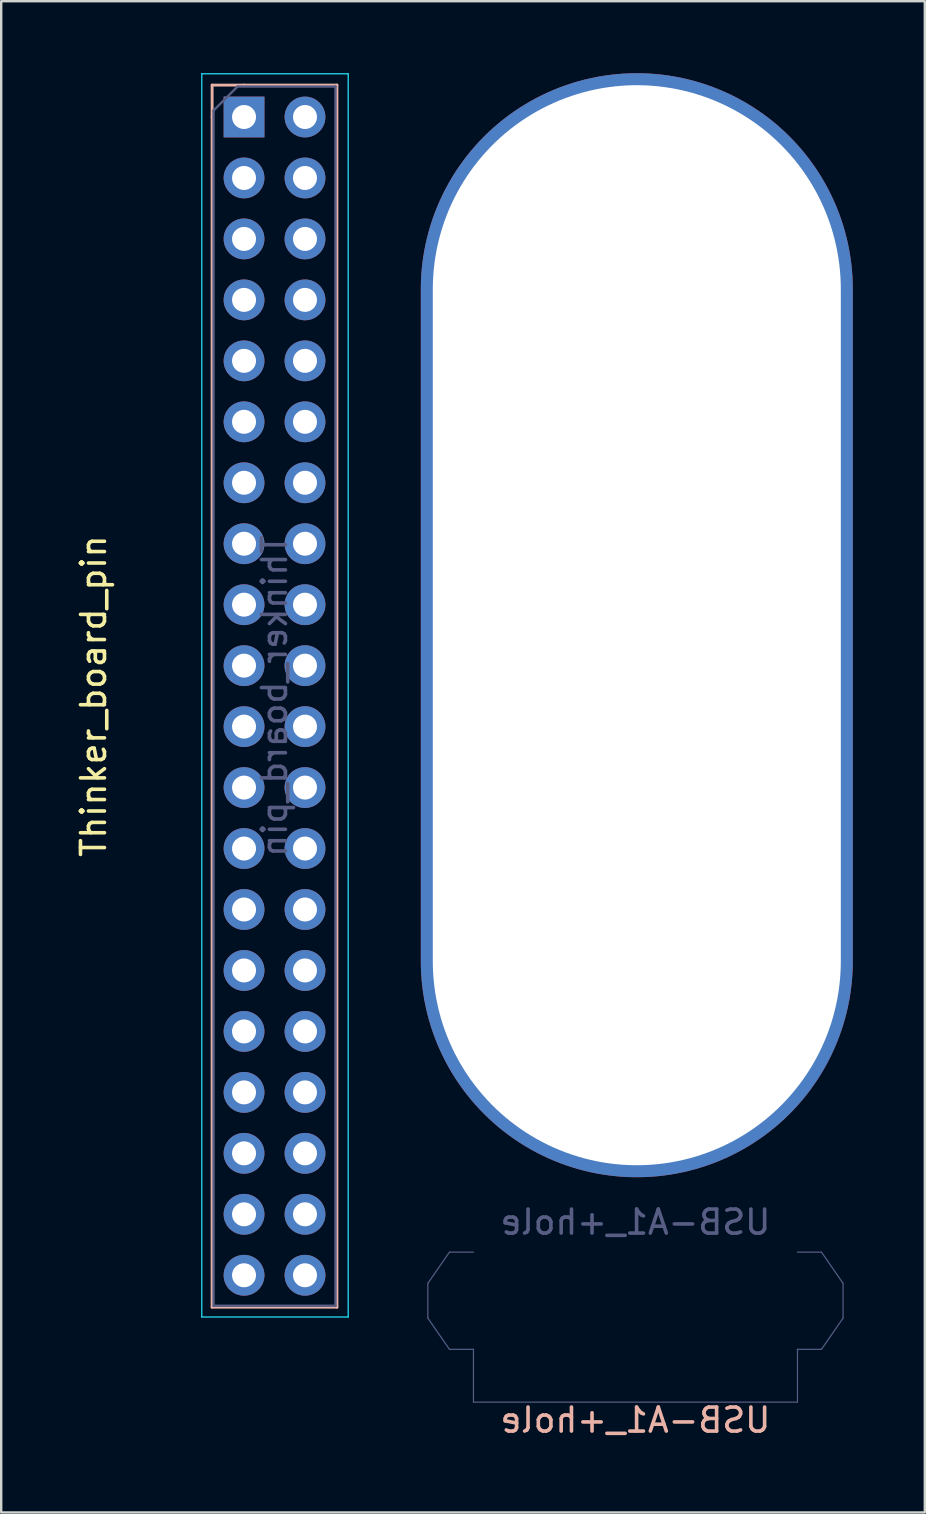
<source format=kicad_pcb>
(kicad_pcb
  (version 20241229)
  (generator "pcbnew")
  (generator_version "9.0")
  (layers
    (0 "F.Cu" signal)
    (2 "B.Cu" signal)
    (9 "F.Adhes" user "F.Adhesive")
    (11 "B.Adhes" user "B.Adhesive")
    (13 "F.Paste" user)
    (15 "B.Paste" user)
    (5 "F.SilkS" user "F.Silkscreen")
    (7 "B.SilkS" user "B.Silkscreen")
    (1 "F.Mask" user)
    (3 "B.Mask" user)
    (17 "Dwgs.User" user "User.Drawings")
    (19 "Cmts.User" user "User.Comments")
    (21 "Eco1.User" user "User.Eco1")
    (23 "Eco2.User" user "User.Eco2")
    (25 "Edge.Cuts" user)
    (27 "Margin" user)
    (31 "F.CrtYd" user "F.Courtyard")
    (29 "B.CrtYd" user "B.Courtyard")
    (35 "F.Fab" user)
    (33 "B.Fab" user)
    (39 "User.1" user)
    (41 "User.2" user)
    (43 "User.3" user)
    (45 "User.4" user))
  (footprint "USB-A1_+hole"
    (layer "F.Cu")
    (at 19.927 39.129)
    (property "Reference" "USB-A1_+hole" (at 3.5 16.992 0) (layer "B.SilkS") (effects (font (size 1 1) (thickness 0.15)) (justify mirror)))
    (attr through_hole)
    (fp_line (start -3.75 -12.99) (end 10.75 -12.99) (stroke (width 0.12) (type solid)) (layer "B.SilkS"))
    (fp_line (start -3.75 -12.49) (end -3.75 -12.99) (stroke (width 0.12) (type solid)) (layer "B.SilkS"))
    (fp_line (start -2.75 -12.49) (end -3.75 -12.49) (stroke (width 0.12) (type solid)) (layer "B.SilkS"))
    (fp_line (start -2.75 -4.49) (end -2.75 -12.49) (stroke (width 0.12) (type solid)) (layer "B.SilkS"))
    (fp_line (start -2.75 1.01) (end -2.75 -0.99) (stroke (width 0.12) (type solid)) (layer "B.SilkS"))
    (fp_line (start -0.5 1.26) (end 0.5 1.26) (stroke (width 0.12) (type solid)) (layer "B.SilkS"))
    (fp_line (start 9.75 -12.49) (end 9.75 -4.49) (stroke (width 0.12) (type solid)) (layer "B.SilkS"))
    (fp_line (start 9.75 -0.99) (end 9.75 1.01) (stroke (width 0.12) (type solid)) (layer "B.SilkS"))
    (fp_line (start 9.75 1.01) (end -2.75 1.01) (stroke (width 0.12) (type solid)) (layer "B.SilkS"))
    (fp_line (start 10.75 -12.99) (end 10.75 -12.49) (stroke (width 0.12) (type solid)) (layer "B.SilkS"))
    (fp_line (start 10.75 -12.49) (end 9.75 -12.49) (stroke (width 0.12) (type solid)) (layer "B.SilkS"))
    (fp_line (start -5.15 11.292) (end -5.15 12.742) (stroke (width 0.05) (type solid)) (layer "B.Fab"))
    (fp_line (start -5.15 11.292) (end -4.25 9.992) (stroke (width 0.05) (type solid)) (layer "B.Fab"))
    (fp_line (start -5.15 12.742) (end -4.25 14.042) (stroke (width 0.05) (type solid)) (layer "B.Fab"))
    (fp_line (start -4.25 -13.49) (end 11.25 -13.49) (stroke (width 0.05) (type solid)) (layer "B.Fab"))
    (fp_line (start -4.25 -11.99) (end -4.25 -13.49) (stroke (width 0.05) (type solid)) (layer "B.Fab"))
    (fp_line (start -3.75 -12.99) (end -3.75 -12.49) (stroke (width 0.1) (type solid)) (layer "B.Fab"))
    (fp_line (start -3.75 -12.99) (end 10.75 -12.99) (stroke (width 0.1) (type solid)) (layer "B.Fab"))
    (fp_line (start -3.75 -12.49) (end -2.75 -12.49) (stroke (width 0.1) (type solid)) (layer "B.Fab"))
    (fp_line (start -3.25 -11.99) (end -4.25 -11.99) (stroke (width 0.05) (type solid)) (layer "B.Fab"))
    (fp_line (start -3.25 -4.74) (end -3.25 -11.99) (stroke (width 0.05) (type solid)) (layer "B.Fab"))
    (fp_line (start -3.25 9.992) (end -4.25 9.992) (stroke (width 0.05) (type solid)) (layer "B.Fab"))
    (fp_line (start -3.25 14.042) (end -4.25 14.042) (stroke (width 0.05) (type solid)) (layer "B.Fab"))
    (fp_line (start -3.25 14.042) (end -3.25 16.242) (stroke (width 0.05) (type solid)) (layer "B.Fab"))
    (fp_line (start -2.75 -12.49) (end -2.75 1.01) (stroke (width 0.1) (type solid)) (layer "B.Fab"))
    (fp_line (start -2.75 1.01) (end 9.75 1.01) (stroke (width 0.1) (type solid)) (layer "B.Fab"))
    (fp_line (start -0.25 1.01) (end 0 0.76) (stroke (width 0.1) (type solid)) (layer "B.Fab"))
    (fp_line (start 0 0.76) (end 0.25 1.01) (stroke (width 0.1) (type solid)) (layer "B.Fab"))
    (fp_line (start 9.75 -12.49) (end 9.75 1.01) (stroke (width 0.1) (type solid)) (layer "B.Fab"))
    (fp_line (start 9.75 -12.49) (end 10.75 -12.49) (stroke (width 0.1) (type solid)) (layer "B.Fab"))
    (fp_line (start 10.25 -11.99) (end 10.25 -4.74) (stroke (width 0.05) (type solid)) (layer "B.Fab"))
    (fp_line (start 10.25 9.992) (end 11.25 9.992) (stroke (width 0.05) (type solid)) (layer "B.Fab"))
    (fp_line (start 10.25 14.042) (end 10.25 16.242) (stroke (width 0.05) (type solid)) (layer "B.Fab"))
    (fp_line (start 10.25 14.042) (end 11.25 14.042) (stroke (width 0.05) (type solid)) (layer "B.Fab"))
    (fp_line (start 10.25 16.242) (end -3.25 16.242) (stroke (width 0.05) (type solid)) (layer "B.Fab"))
    (fp_line (start 10.75 -12.49) (end 10.75 -12.99) (stroke (width 0.1) (type solid)) (layer "B.Fab"))
    (fp_line (start 11.25 -13.49) (end 11.25 -11.99) (stroke (width 0.05) (type solid)) (layer "B.Fab"))
    (fp_line (start 11.25 -11.99) (end 10.25 -11.99) (stroke (width 0.05) (type solid)) (layer "B.Fab"))
    (fp_line (start 12.15 11.292) (end 11.25 9.992) (stroke (width 0.05) (type solid)) (layer "B.Fab"))
    (fp_line (start 12.15 12.742) (end 11.25 14.042) (stroke (width 0.05) (type solid)) (layer "B.Fab"))
    (fp_line (start 12.15 12.742) (end 12.15 11.292) (stroke (width 0.05) (type solid)) (layer "B.Fab"))
    (fp_text user "${REFERENCE}" (at 3.5 8.742 0) (layer "B.Fab") (effects (font (size 1 1) (thickness 0.15)) (justify mirror)))
    (pad "" np_thru_hole oval (at 3.556 -16.129) (size 18 46) (drill oval 17 45) (layers "*.Cu" "*.Mask"))
    (pad "1" thru_hole rect (at 0 0) (size 1.6 1.6) (drill 1) (layers "*.Cu" "*.Mask"))
    (pad "2" thru_hole circle (at 2.5 0) (size 1.6 1.6) (drill 1) (layers "*.Cu" "*.Mask"))
    (pad "3" thru_hole circle (at 4.5 0) (size 1.6 1.6) (drill 1) (layers "*.Cu" "*.Mask"))
    (pad "4" thru_hole circle (at 7 0) (size 1.6 1.6) (drill 1) (layers "*.Cu" "*.Mask"))
    (pad "5" thru_hole circle (at -3.07 -2.71) (size 3 3) (drill 2.3) (layers "*.Cu" "*.Mask"))
    (pad "5" thru_hole circle (at 10.07 -2.71) (size 3 3) (drill 2.3) (layers "*.Cu" "*.Mask")))
  (footprint "Thinker_board_pin"
    (layer "F.Cu")
    (at 7.118 1.825)
    (property "Reference" "Thinker_board_pin" (at -6.27 24.13 90) (layer "F.SilkS") (effects (font (size 1 1) (thickness 0.15))))
    (attr through_hole)
    (fp_line (start -1.33 -1.33) (end -1.33 0) (stroke (width 0.12) (type solid)) (layer "B.SilkS"))
    (fp_line (start -1.33 0) (end -1.33 49.59) (stroke (width 0.12) (type solid)) (layer "B.SilkS"))
    (fp_line (start 0 -1.33) (end -1.33 -1.33) (stroke (width 0.12) (type solid)) (layer "B.SilkS"))
    (fp_line (start 3.87 -1.33) (end 0 -1.33) (stroke (width 0.12) (type solid)) (layer "B.SilkS"))
    (fp_line (start 3.87 -1.33) (end 3.87 49.59) (stroke (width 0.12) (type solid)) (layer "B.SilkS"))
    (fp_line (start 3.87 49.59) (end -1.33 49.59) (stroke (width 0.12) (type solid)) (layer "B.SilkS"))
    (fp_line (start -1.76 -1.8) (end -1.76 50) (stroke (width 0.05) (type solid)) (layer "B.CrtYd"))
    (fp_line (start -1.76 50) (end 4.34 50) (stroke (width 0.05) (type solid)) (layer "B.CrtYd"))
    (fp_line (start 4.34 -1.8) (end -1.76 -1.8) (stroke (width 0.05) (type solid)) (layer "B.CrtYd"))
    (fp_line (start 4.34 50) (end 4.34 -1.8) (stroke (width 0.05) (type solid)) (layer "B.CrtYd"))
    (fp_line (start -1.27 -0.27) (end -1.27 49.53) (stroke (width 0.1) (type solid)) (layer "B.Fab"))
    (fp_line (start -1.27 49.53) (end 3.81 49.53) (stroke (width 0.1) (type solid)) (layer "B.Fab"))
    (fp_line (start -0.27 -1.27) (end -1.27 -0.27) (stroke (width 0.1) (type solid)) (layer "B.Fab"))
    (fp_line (start 3.81 -1.27) (end -0.27 -1.27) (stroke (width 0.1) (type solid)) (layer "B.Fab"))
    (fp_line (start 3.81 49.53) (end 3.81 -1.27) (stroke (width 0.1) (type solid)) (layer "B.Fab"))
    (fp_text user "${REFERENCE}" (at 1.27 24.13 90) (layer "B.Fab") (effects (font (size 1 1) (thickness 0.15)) (justify mirror)))
    (pad "1" thru_hole rect (at 0 0 180) (size 1.7 1.7) (drill 1) (layers "*.Cu" "*.Mask"))
    (pad "2" thru_hole oval (at 2.54 0 180) (size 1.7 1.7) (drill 1) (layers "*.Cu" "*.Mask"))
    (pad "3" thru_hole oval (at 0 2.54 180) (size 1.7 1.7) (drill 1) (layers "*.Cu" "*.Mask"))
    (pad "4" thru_hole oval (at 2.54 2.54 180) (size 1.7 1.7) (drill 1) (layers "*.Cu" "*.Mask"))
    (pad "5" thru_hole oval (at 0 5.08 180) (size 1.7 1.7) (drill 1) (layers "*.Cu" "*.Mask"))
    (pad "6" thru_hole oval (at 2.54 5.08 180) (size 1.7 1.7) (drill 1) (layers "*.Cu" "*.Mask"))
    (pad "7" thru_hole oval (at 0 7.62 180) (size 1.7 1.7) (drill 1) (layers "*.Cu" "*.Mask"))
    (pad "8" thru_hole oval (at 2.54 7.62 180) (size 1.7 1.7) (drill 1) (layers "*.Cu" "*.Mask"))
    (pad "9" thru_hole oval (at 0 10.16 180) (size 1.7 1.7) (drill 1) (layers "*.Cu" "*.Mask"))
    (pad "10" thru_hole oval (at 2.54 10.16 180) (size 1.7 1.7) (drill 1) (layers "*.Cu" "*.Mask"))
    (pad "11" thru_hole oval (at 0 12.7 180) (size 1.7 1.7) (drill 1) (layers "*.Cu" "*.Mask"))
    (pad "12" thru_hole oval (at 2.54 12.7 180) (size 1.7 1.7) (drill 1) (layers "*.Cu" "*.Mask"))
    (pad "13" thru_hole oval (at 0 15.24 180) (size 1.7 1.7) (drill 1) (layers "*.Cu" "*.Mask"))
    (pad "14" thru_hole oval (at 2.54 15.24 180) (size 1.7 1.7) (drill 1) (layers "*.Cu" "*.Mask"))
    (pad "15" thru_hole oval (at 0 17.78 180) (size 1.7 1.7) (drill 1) (layers "*.Cu" "*.Mask"))
    (pad "16" thru_hole oval (at 2.54 17.78 180) (size 1.7 1.7) (drill 1) (layers "*.Cu" "*.Mask"))
    (pad "17" thru_hole oval (at 0 20.32 180) (size 1.7 1.7) (drill 1) (layers "*.Cu" "*.Mask"))
    (pad "18" thru_hole oval (at 2.54 20.32 180) (size 1.7 1.7) (drill 1) (layers "*.Cu" "*.Mask"))
    (pad "19" thru_hole oval (at 0 22.86 180) (size 1.7 1.7) (drill 1) (layers "*.Cu" "*.Mask"))
    (pad "20" thru_hole oval (at 2.54 22.86 180) (size 1.7 1.7) (drill 1) (layers "*.Cu" "*.Mask"))
    (pad "21" thru_hole oval (at 0 25.4 180) (size 1.7 1.7) (drill 1) (layers "*.Cu" "*.Mask"))
    (pad "22" thru_hole oval (at 2.54 25.4 180) (size 1.7 1.7) (drill 1) (layers "*.Cu" "*.Mask"))
    (pad "23" thru_hole oval (at 0 27.94 180) (size 1.7 1.7) (drill 1) (layers "*.Cu" "*.Mask"))
    (pad "24" thru_hole oval (at 2.54 27.94 180) (size 1.7 1.7) (drill 1) (layers "*.Cu" "*.Mask"))
    (pad "25" thru_hole oval (at 0 30.48 180) (size 1.7 1.7) (drill 1) (layers "*.Cu" "*.Mask"))
    (pad "26" thru_hole oval (at 2.54 30.48 180) (size 1.7 1.7) (drill 1) (layers "*.Cu" "*.Mask"))
    (pad "27" thru_hole oval (at 0 33.02 180) (size 1.7 1.7) (drill 1) (layers "*.Cu" "*.Mask"))
    (pad "28" thru_hole oval (at 2.54 33.02 180) (size 1.7 1.7) (drill 1) (layers "*.Cu" "*.Mask"))
    (pad "29" thru_hole oval (at 0 35.56 180) (size 1.7 1.7) (drill 1) (layers "*.Cu" "*.Mask"))
    (pad "30" thru_hole oval (at 2.54 35.56 180) (size 1.7 1.7) (drill 1) (layers "*.Cu" "*.Mask"))
    (pad "31" thru_hole oval (at 0 38.1 180) (size 1.7 1.7) (drill 1) (layers "*.Cu" "*.Mask"))
    (pad "32" thru_hole oval (at 2.54 38.1 180) (size 1.7 1.7) (drill 1) (layers "*.Cu" "*.Mask"))
    (pad "33" thru_hole oval (at 0 40.64 180) (size 1.7 1.7) (drill 1) (layers "*.Cu" "*.Mask"))
    (pad "34" thru_hole oval (at 2.54 40.64 180) (size 1.7 1.7) (drill 1) (layers "*.Cu" "*.Mask"))
    (pad "35" thru_hole oval (at 0 43.18 180) (size 1.7 1.7) (drill 1) (layers "*.Cu" "*.Mask"))
    (pad "36" thru_hole oval (at 2.54 43.18 180) (size 1.7 1.7) (drill 1) (layers "*.Cu" "*.Mask"))
    (pad "37" thru_hole oval (at 0 45.72 180) (size 1.7 1.7) (drill 1) (layers "*.Cu" "*.Mask"))
    (pad "38" thru_hole oval (at 2.54 45.72 180) (size 1.7 1.7) (drill 1) (layers "*.Cu" "*.Mask"))
    (pad "39" thru_hole oval (at 0 48.26 180) (size 1.7 1.7) (drill 1) (layers "*.Cu" "*.Mask"))
    (pad "40" thru_hole oval (at 2.54 48.26 180) (size 1.7 1.7) (drill 1) (layers "*.Cu" "*.Mask")))
  (gr_rect
    (start -3 -3)
    (end 35.483 59.969)
    (stroke (width 0.1) (type default))
    (fill no)
    (layer "Edge.Cuts")))
</source>
